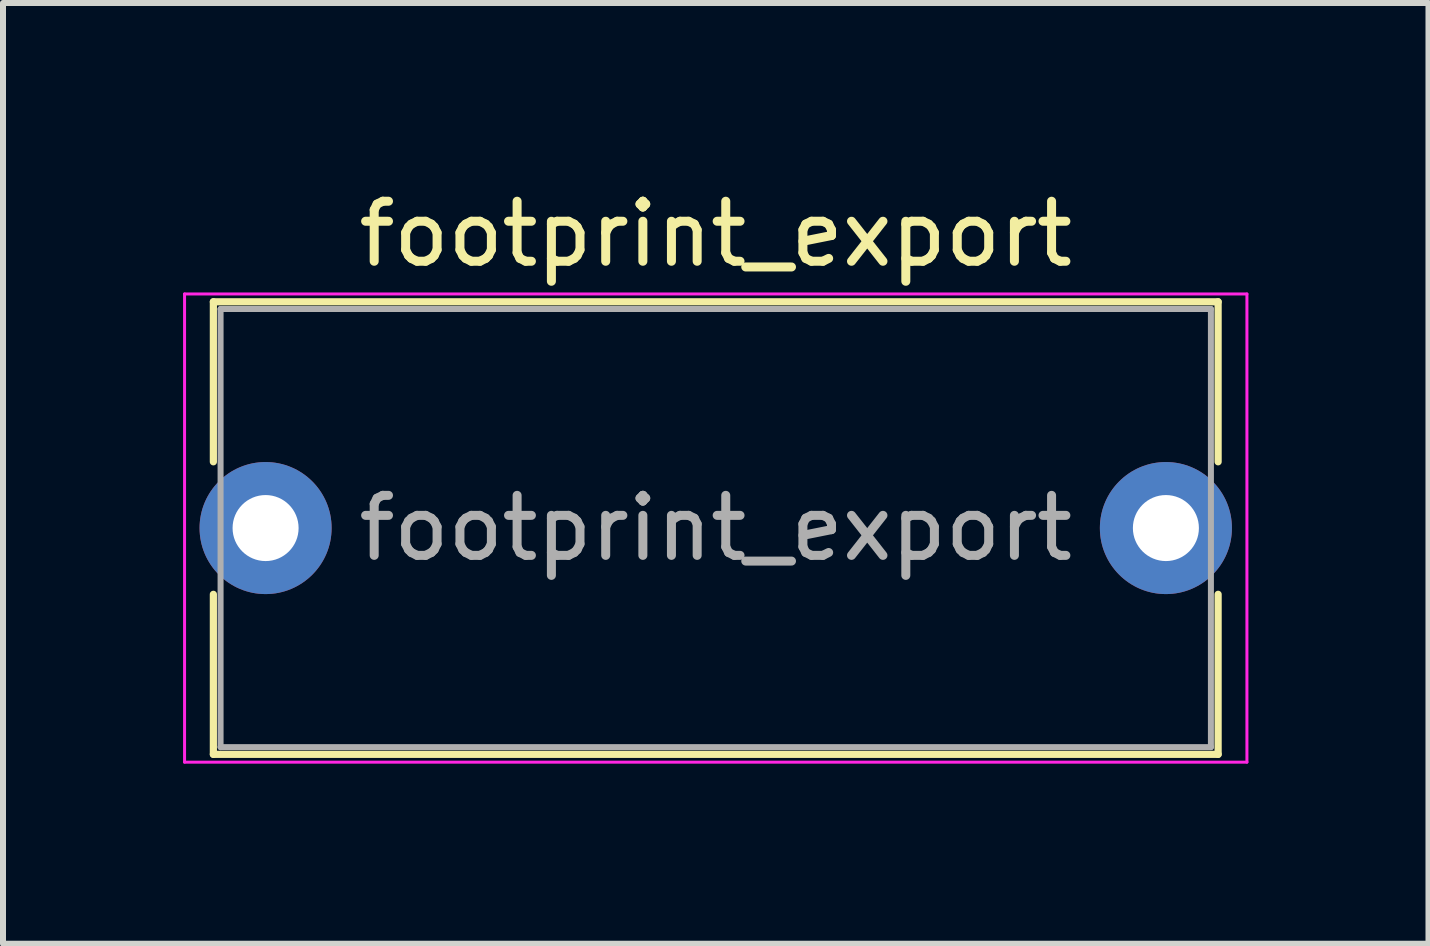
<source format=kicad_pcb>
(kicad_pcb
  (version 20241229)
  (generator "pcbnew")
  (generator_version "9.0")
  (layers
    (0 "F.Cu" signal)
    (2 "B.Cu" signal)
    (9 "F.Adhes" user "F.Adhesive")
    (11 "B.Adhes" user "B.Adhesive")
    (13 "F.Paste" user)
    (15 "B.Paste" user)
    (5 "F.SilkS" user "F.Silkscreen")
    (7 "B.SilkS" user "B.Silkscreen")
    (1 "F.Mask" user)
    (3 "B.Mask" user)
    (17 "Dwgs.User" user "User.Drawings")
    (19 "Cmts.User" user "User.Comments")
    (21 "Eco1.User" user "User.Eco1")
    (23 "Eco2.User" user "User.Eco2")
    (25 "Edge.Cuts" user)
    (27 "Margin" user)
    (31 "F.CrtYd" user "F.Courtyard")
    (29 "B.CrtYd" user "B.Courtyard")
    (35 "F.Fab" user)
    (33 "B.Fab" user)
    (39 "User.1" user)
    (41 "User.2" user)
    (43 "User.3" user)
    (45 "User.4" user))
  (footprint "footprint_export"
    (layer "F.Cu")
    (at 1.375 5.748)
    (property "Reference" "footprint_export" (at 7.5 -4.9 0) (layer "F.SilkS") (effects (font (size 1 1) (thickness 0.15))))
    (attr through_hole)
    (fp_line (start -0.87 -3.77) (end -0.87 -1.104) (stroke (width 0.12) (type solid)) (layer "F.SilkS"))
    (fp_line (start -0.87 -3.77) (end 15.87 -3.77) (stroke (width 0.12) (type solid)) (layer "F.SilkS"))
    (fp_line (start -0.87 1.104) (end -0.87 3.77) (stroke (width 0.12) (type solid)) (layer "F.SilkS"))
    (fp_line (start -0.87 3.77) (end 15.87 3.77) (stroke (width 0.12) (type solid)) (layer "F.SilkS"))
    (fp_line (start 15.87 -3.77) (end 15.87 -1.104) (stroke (width 0.12) (type solid)) (layer "F.SilkS"))
    (fp_line (start 15.87 1.104) (end 15.87 3.77) (stroke (width 0.12) (type solid)) (layer "F.SilkS"))
    (fp_line (start -1.35 -3.9) (end -1.35 3.9) (stroke (width 0.05) (type solid)) (layer "F.CrtYd"))
    (fp_line (start -1.35 3.9) (end 16.35 3.9) (stroke (width 0.05) (type solid)) (layer "F.CrtYd"))
    (fp_line (start 16.35 -3.9) (end -1.35 -3.9) (stroke (width 0.05) (type solid)) (layer "F.CrtYd"))
    (fp_line (start 16.35 3.9) (end 16.35 -3.9) (stroke (width 0.05) (type solid)) (layer "F.CrtYd"))
    (fp_line (start -0.75 -3.65) (end -0.75 3.65) (stroke (width 0.1) (type solid)) (layer "F.Fab"))
    (fp_line (start -0.75 3.65) (end 15.75 3.65) (stroke (width 0.1) (type solid)) (layer "F.Fab"))
    (fp_line (start 15.75 -3.65) (end -0.75 -3.65) (stroke (width 0.1) (type solid)) (layer "F.Fab"))
    (fp_line (start 15.75 3.65) (end 15.75 -3.65) (stroke (width 0.1) (type solid)) (layer "F.Fab"))
    (fp_text user "${REFERENCE}" (at 7.5 0 0) (layer "F.Fab") (effects (font (size 1 1) (thickness 0.15))))
    (pad "1" thru_hole circle (at 0 0) (size 2.2 2.2) (drill 1.1) (layers "*.Cu" "*.Mask"))
    (pad "2" thru_hole circle (at 15 0) (size 2.2 2.2) (drill 1.1) (layers "*.Cu" "*.Mask")))
  (gr_rect
    (start -3 -3)
    (end 20.75 12.673)
    (stroke (width 0.1) (type default))
    (fill no)
    (layer "Edge.Cuts")))
</source>
